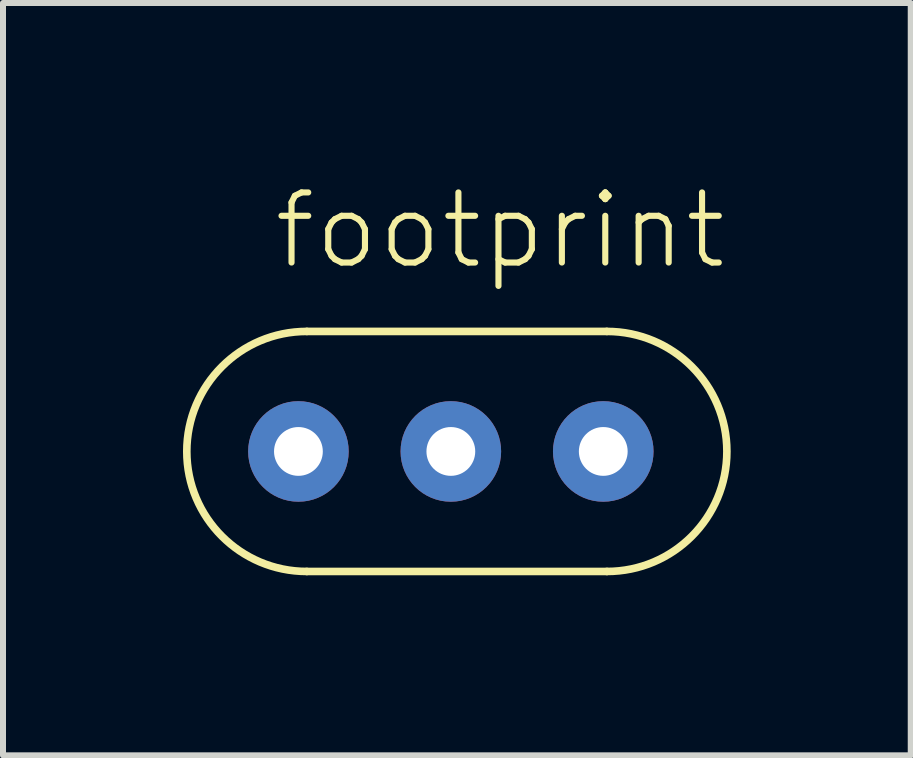
<source format=kicad_pcb>
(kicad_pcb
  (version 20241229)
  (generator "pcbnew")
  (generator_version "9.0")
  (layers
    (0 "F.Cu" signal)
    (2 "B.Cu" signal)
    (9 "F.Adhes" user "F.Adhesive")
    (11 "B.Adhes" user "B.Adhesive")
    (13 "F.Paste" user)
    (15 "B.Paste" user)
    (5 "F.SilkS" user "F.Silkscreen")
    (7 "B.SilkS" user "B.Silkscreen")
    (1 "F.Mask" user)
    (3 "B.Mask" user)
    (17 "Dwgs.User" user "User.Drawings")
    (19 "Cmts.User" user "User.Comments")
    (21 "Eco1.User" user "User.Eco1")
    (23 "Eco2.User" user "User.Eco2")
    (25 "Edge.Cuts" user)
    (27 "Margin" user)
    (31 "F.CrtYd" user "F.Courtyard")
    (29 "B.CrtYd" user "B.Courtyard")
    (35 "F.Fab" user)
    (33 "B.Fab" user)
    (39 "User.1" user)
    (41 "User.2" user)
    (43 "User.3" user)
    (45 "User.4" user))
  (footprint "footprint"
    (layer "F.Cu")
    (at 4.463 4.473)
    (property "Reference" "footprint" (at -3 -3 0) (layer "F.SilkS") (effects (font (size 1.168 1.168) (thickness 0.102)) (justify left bottom)))
    (fp_line (start -2.4 -2) (end 2.6 -2) (stroke (width 0.127) (type solid)) (layer "F.SilkS"))
    (fp_line (start 2.6 2) (end -2.4 2) (stroke (width 0.127) (type solid)) (layer "F.SilkS"))
    (fp_arc (start -2.4 2) (mid -4.4 0) (end -2.4 -2) (stroke (width 0.127) (type solid)) (layer "F.SilkS"))
    (fp_arc (start 2.6 -2) (mid 4.6 0) (end 2.6 2) (stroke (width 0.127) (type solid)) (layer "F.SilkS"))
    (pad "P$1" thru_hole circle (at -2.54 0) (size 1.676 1.676) (drill 0.813) (layers "*.Cu" "*.Mask"))
    (pad "P$2" thru_hole circle (at 0 0) (size 1.676 1.676) (drill 0.813) (layers "*.Cu" "*.Mask"))
    (pad "P$3" thru_hole circle (at 2.54 0) (size 1.676 1.676) (drill 0.813) (layers "*.Cu" "*.Mask")))
  (gr_rect
    (start -3 -3)
    (end 12.127 9.537)
    (stroke (width 0.1) (type default))
    (fill no)
    (layer "Edge.Cuts")))
</source>
